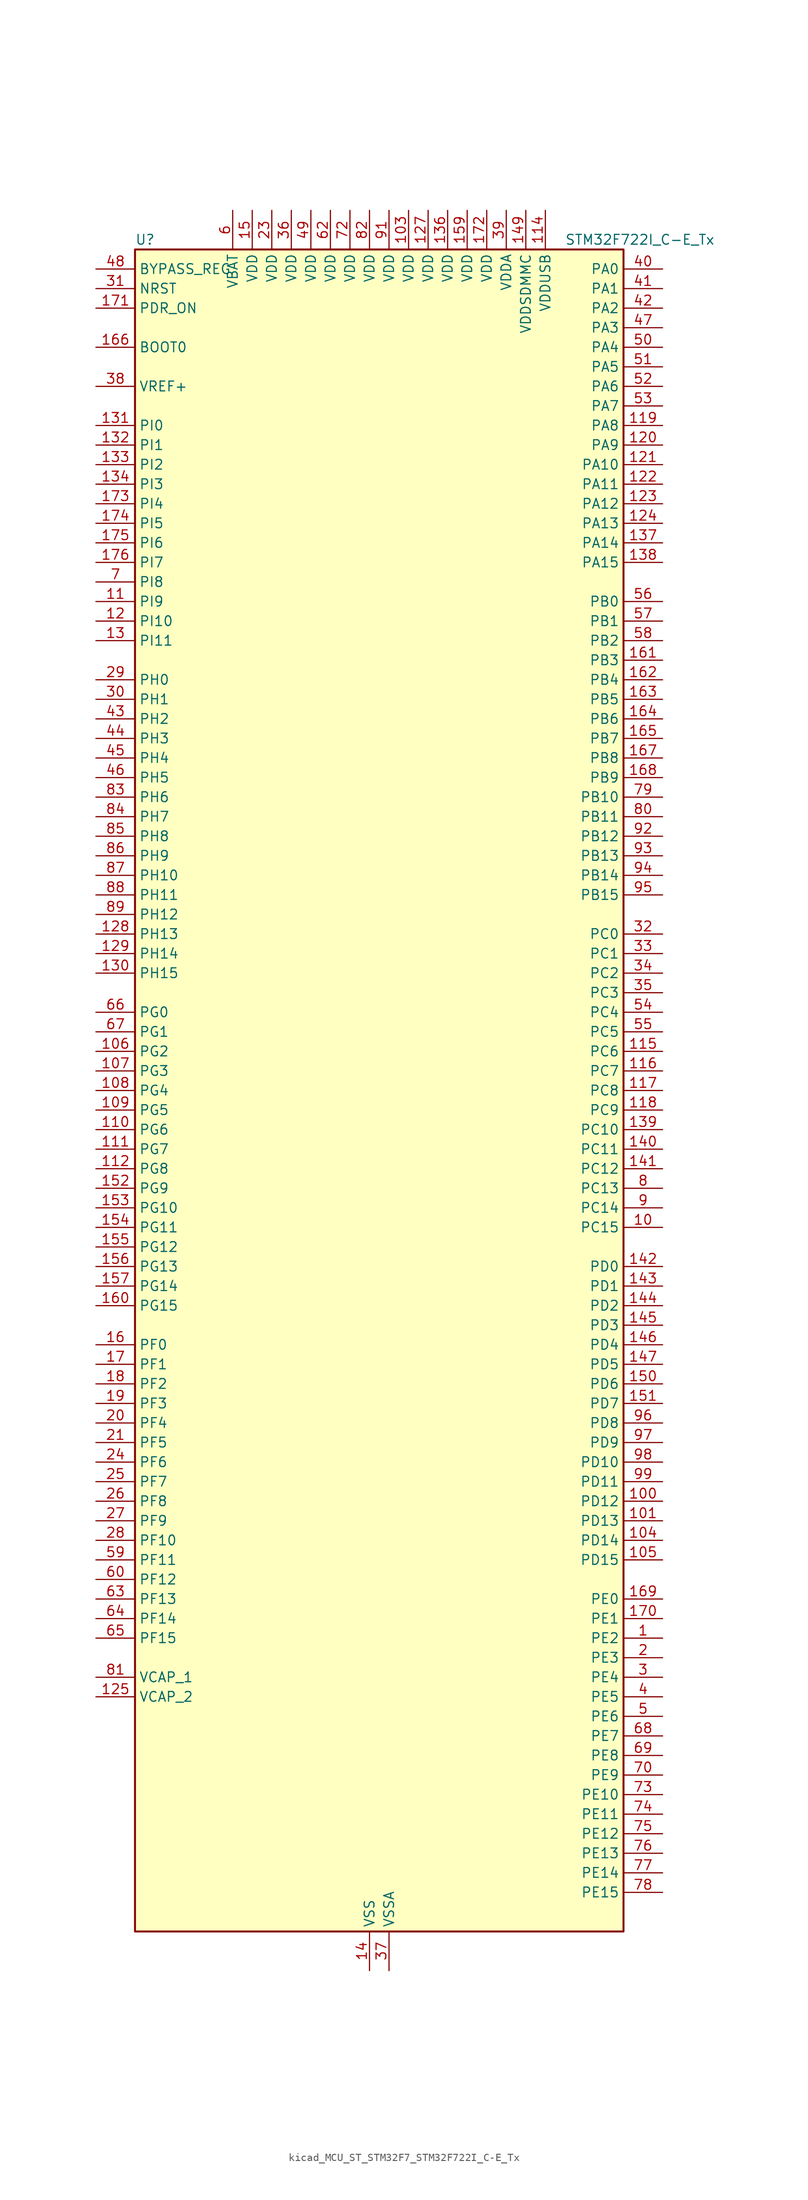
<source format=kicad_sym>
(kicad_symbol_lib
  (version 20220914)
  (generator kicad_symbol_editor)
  (symbol "kicad_MCU_ST_STM32F7_STM32F722I_C-E_Tx"
    (property "Reference" "U"
      (at -30.48 110.49 0)
      (effects (font (size 1.27 1.27)) (justify left)))
    (property "Value" "STM32F722I_C-E_Tx"
      (at 25.4 110.49 0)
      (effects (font (size 1.27 1.27)) (justify left)))
    (property "ki_locked" ""
      (at 0 0 0)
      (effects (font (size 1.27 1.27))))
    (symbol "kicad_MCU_ST_STM32F7_STM32F722I_C-E_Tx_0_1"
      (rectangle (start -30.48 -109.22) (end 33.02 109.22) (stroke (width 0.254) (type default)) (fill (type background))))
    (symbol "kicad_MCU_ST_STM32F7_STM32F722I_C-E_Tx_1_1"
      (pin bidirectional line (at 38.1 -71.12 180) (length 5.08) (name "PE2" (effects (font (size 1.27 1.27)))) (number "1" (effects (font (size 1.27 1.27)))) (alternate "FMC_A23" bidirectional line) (alternate "QUADSPI_BK1_IO2" bidirectional line) (alternate "SAI1_MCLK_A" bidirectional line) (alternate "SPI4_SCK" bidirectional line) (alternate "SYS_TRACECLK" bidirectional line))
      (pin bidirectional line (at 38.1 -17.78 180) (length 5.08) (name "PC15" (effects (font (size 1.27 1.27)))) (number "10" (effects (font (size 1.27 1.27)))) (alternate "RCC_OSC32_OUT" bidirectional line))
      (pin bidirectional line (at 38.1 -53.34 180) (length 5.08) (name "PD12" (effects (font (size 1.27 1.27)))) (number "100" (effects (font (size 1.27 1.27)))) (alternate "FMC_A17" bidirectional line) (alternate "FMC_ALE" bidirectional line) (alternate "LPTIM1_IN1" bidirectional line) (alternate "QUADSPI_BK1_IO1" bidirectional line) (alternate "SAI2_FS_A" bidirectional line) (alternate "TIM4_CH1" bidirectional line) (alternate "USART3_DE" bidirectional line) (alternate "USART3_RTS" bidirectional line))
      (pin bidirectional line (at 38.1 -55.88 180) (length 5.08) (name "PD13" (effects (font (size 1.27 1.27)))) (number "101" (effects (font (size 1.27 1.27)))) (alternate "FMC_A18" bidirectional line) (alternate "LPTIM1_OUT" bidirectional line) (alternate "QUADSPI_BK1_IO3" bidirectional line) (alternate "SAI2_SCK_A" bidirectional line) (alternate "TIM4_CH2" bidirectional line))
      (pin passive line (at 0 -114.3 90) (length 5.08) hide (name "VSS" (effects (font (size 1.27 1.27)))) (number "102" (effects (font (size 1.27 1.27)))))
      (pin power_in line (at 5.08 114.3 270) (length 5.08) (name "VDD" (effects (font (size 1.27 1.27)))) (number "103" (effects (font (size 1.27 1.27)))))
      (pin bidirectional line (at 38.1 -58.42 180) (length 5.08) (name "PD14" (effects (font (size 1.27 1.27)))) (number "104" (effects (font (size 1.27 1.27)))) (alternate "FMC_D0" bidirectional line) (alternate "FMC_DA0" bidirectional line) (alternate "TIM4_CH3" bidirectional line) (alternate "UART8_CTS" bidirectional line))
      (pin bidirectional line (at 38.1 -60.96 180) (length 5.08) (name "PD15" (effects (font (size 1.27 1.27)))) (number "105" (effects (font (size 1.27 1.27)))) (alternate "FMC_D1" bidirectional line) (alternate "FMC_DA1" bidirectional line) (alternate "TIM4_CH4" bidirectional line) (alternate "UART8_DE" bidirectional line) (alternate "UART8_RTS" bidirectional line))
      (pin bidirectional line (at -35.56 5.08 0) (length 5.08) (name "PG2" (effects (font (size 1.27 1.27)))) (number "106" (effects (font (size 1.27 1.27)))) (alternate "FMC_A12" bidirectional line))
      (pin bidirectional line (at -35.56 2.54 0) (length 5.08) (name "PG3" (effects (font (size 1.27 1.27)))) (number "107" (effects (font (size 1.27 1.27)))) (alternate "FMC_A13" bidirectional line))
      (pin bidirectional line (at -35.56 0 0) (length 5.08) (name "PG4" (effects (font (size 1.27 1.27)))) (number "108" (effects (font (size 1.27 1.27)))) (alternate "FMC_A14" bidirectional line) (alternate "FMC_BA0" bidirectional line))
      (pin bidirectional line (at -35.56 -2.54 0) (length 5.08) (name "PG5" (effects (font (size 1.27 1.27)))) (number "109" (effects (font (size 1.27 1.27)))) (alternate "FMC_A15" bidirectional line) (alternate "FMC_BA1" bidirectional line))
      (pin bidirectional line (at -35.56 63.5 0) (length 5.08) (name "PI9" (effects (font (size 1.27 1.27)))) (number "11" (effects (font (size 1.27 1.27)))) (alternate "CAN1_RX" bidirectional line) (alternate "DAC_EXTI9" bidirectional line) (alternate "FMC_D30" bidirectional line) (alternate "UART4_RX" bidirectional line))
      (pin bidirectional line (at -35.56 -5.08 0) (length 5.08) (name "PG6" (effects (font (size 1.27 1.27)))) (number "110" (effects (font (size 1.27 1.27)))))
      (pin bidirectional line (at -35.56 -7.62 0) (length 5.08) (name "PG7" (effects (font (size 1.27 1.27)))) (number "111" (effects (font (size 1.27 1.27)))) (alternate "FMC_INT" bidirectional line) (alternate "USART6_CK" bidirectional line))
      (pin bidirectional line (at -35.56 -10.16 0) (length 5.08) (name "PG8" (effects (font (size 1.27 1.27)))) (number "112" (effects (font (size 1.27 1.27)))) (alternate "FMC_SDCLK" bidirectional line) (alternate "USART6_DE" bidirectional line) (alternate "USART6_RTS" bidirectional line))
      (pin passive line (at 0 -114.3 90) (length 5.08) hide (name "VSS" (effects (font (size 1.27 1.27)))) (number "113" (effects (font (size 1.27 1.27)))))
      (pin power_in line (at 22.86 114.3 270) (length 5.08) (name "VDDUSB" (effects (font (size 1.27 1.27)))) (number "114" (effects (font (size 1.27 1.27)))))
      (pin bidirectional line (at 38.1 5.08 180) (length 5.08) (name "PC6" (effects (font (size 1.27 1.27)))) (number "115" (effects (font (size 1.27 1.27)))) (alternate "I2S2_MCK" bidirectional line) (alternate "SDMMC1_D6" bidirectional line) (alternate "SDMMC2_D6" bidirectional line) (alternate "TIM3_CH1" bidirectional line) (alternate "TIM8_CH1" bidirectional line) (alternate "USART6_TX" bidirectional line))
      (pin bidirectional line (at 38.1 2.54 180) (length 5.08) (name "PC7" (effects (font (size 1.27 1.27)))) (number "116" (effects (font (size 1.27 1.27)))) (alternate "I2S3_MCK" bidirectional line) (alternate "SDMMC1_D7" bidirectional line) (alternate "SDMMC2_D7" bidirectional line) (alternate "TIM3_CH2" bidirectional line) (alternate "TIM8_CH2" bidirectional line) (alternate "USART6_RX" bidirectional line))
      (pin bidirectional line (at 38.1 0 180) (length 5.08) (name "PC8" (effects (font (size 1.27 1.27)))) (number "117" (effects (font (size 1.27 1.27)))) (alternate "SDMMC1_D0" bidirectional line) (alternate "SYS_TRACED1" bidirectional line) (alternate "TIM3_CH3" bidirectional line) (alternate "TIM8_CH3" bidirectional line) (alternate "UART5_DE" bidirectional line) (alternate "UART5_RTS" bidirectional line) (alternate "USART6_CK" bidirectional line))
      (pin bidirectional line (at 38.1 -2.54 180) (length 5.08) (name "PC9" (effects (font (size 1.27 1.27)))) (number "118" (effects (font (size 1.27 1.27)))) (alternate "DAC_EXTI9" bidirectional line) (alternate "I2C3_SDA" bidirectional line) (alternate "I2S_CKIN" bidirectional line) (alternate "QUADSPI_BK1_IO0" bidirectional line) (alternate "RCC_MCO_2" bidirectional line) (alternate "SDMMC1_D1" bidirectional line) (alternate "TIM3_CH4" bidirectional line) (alternate "TIM8_CH4" bidirectional line) (alternate "UART5_CTS" bidirectional line))
      (pin bidirectional line (at 38.1 86.36 180) (length 5.08) (name "PA8" (effects (font (size 1.27 1.27)))) (number "119" (effects (font (size 1.27 1.27)))) (alternate "I2C3_SCL" bidirectional line) (alternate "RCC_MCO_1" bidirectional line) (alternate "TIM1_CH1" bidirectional line) (alternate "TIM8_BKIN2" bidirectional line) (alternate "USART1_CK" bidirectional line) (alternate "USB_OTG_FS_SOF" bidirectional line))
      (pin bidirectional line (at -35.56 60.96 0) (length 5.08) (name "PI10" (effects (font (size 1.27 1.27)))) (number "12" (effects (font (size 1.27 1.27)))) (alternate "FMC_D31" bidirectional line))
      (pin bidirectional line (at 38.1 83.82 180) (length 5.08) (name "PA9" (effects (font (size 1.27 1.27)))) (number "120" (effects (font (size 1.27 1.27)))) (alternate "DAC_EXTI9" bidirectional line) (alternate "I2C3_SMBA" bidirectional line) (alternate "I2S2_CK" bidirectional line) (alternate "SPI2_SCK" bidirectional line) (alternate "TIM1_CH2" bidirectional line) (alternate "USART1_TX" bidirectional line) (alternate "USB_OTG_FS_VBUS" bidirectional line))
      (pin bidirectional line (at 38.1 81.28 180) (length 5.08) (name "PA10" (effects (font (size 1.27 1.27)))) (number "121" (effects (font (size 1.27 1.27)))) (alternate "TIM1_CH3" bidirectional line) (alternate "USART1_RX" bidirectional line) (alternate "USB_OTG_FS_ID" bidirectional line))
      (pin bidirectional line (at 38.1 78.74 180) (length 5.08) (name "PA11" (effects (font (size 1.27 1.27)))) (number "122" (effects (font (size 1.27 1.27)))) (alternate "ADC1_EXTI11" bidirectional line) (alternate "ADC2_EXTI11" bidirectional line) (alternate "ADC3_EXTI11" bidirectional line) (alternate "CAN1_RX" bidirectional line) (alternate "TIM1_CH4" bidirectional line) (alternate "USART1_CTS" bidirectional line) (alternate "USB_OTG_FS_DM" bidirectional line))
      (pin bidirectional line (at 38.1 76.2 180) (length 5.08) (name "PA12" (effects (font (size 1.27 1.27)))) (number "123" (effects (font (size 1.27 1.27)))) (alternate "CAN1_TX" bidirectional line) (alternate "SAI2_FS_B" bidirectional line) (alternate "TIM1_ETR" bidirectional line) (alternate "USART1_DE" bidirectional line) (alternate "USART1_RTS" bidirectional line) (alternate "USB_OTG_FS_DP" bidirectional line))
      (pin bidirectional line (at 38.1 73.66 180) (length 5.08) (name "PA13" (effects (font (size 1.27 1.27)))) (number "124" (effects (font (size 1.27 1.27)))) (alternate "SYS_JTMS-SWDIO" bidirectional line))
      (pin power_out line (at -35.56 -78.74 0) (length 5.08) (name "VCAP_2" (effects (font (size 1.27 1.27)))) (number "125" (effects (font (size 1.27 1.27)))))
      (pin passive line (at 0 -114.3 90) (length 5.08) hide (name "VSS" (effects (font (size 1.27 1.27)))) (number "126" (effects (font (size 1.27 1.27)))))
      (pin power_in line (at 7.62 114.3 270) (length 5.08) (name "VDD" (effects (font (size 1.27 1.27)))) (number "127" (effects (font (size 1.27 1.27)))))
      (pin bidirectional line (at -35.56 20.32 0) (length 5.08) (name "PH13" (effects (font (size 1.27 1.27)))) (number "128" (effects (font (size 1.27 1.27)))) (alternate "CAN1_TX" bidirectional line) (alternate "FMC_D21" bidirectional line) (alternate "TIM8_CH1N" bidirectional line) (alternate "UART4_TX" bidirectional line))
      (pin bidirectional line (at -35.56 17.78 0) (length 5.08) (name "PH14" (effects (font (size 1.27 1.27)))) (number "129" (effects (font (size 1.27 1.27)))) (alternate "CAN1_RX" bidirectional line) (alternate "FMC_D22" bidirectional line) (alternate "TIM8_CH2N" bidirectional line) (alternate "UART4_RX" bidirectional line))
      (pin bidirectional line (at -35.56 58.42 0) (length 5.08) (name "PI11" (effects (font (size 1.27 1.27)))) (number "13" (effects (font (size 1.27 1.27)))) (alternate "ADC1_EXTI11" bidirectional line) (alternate "ADC2_EXTI11" bidirectional line) (alternate "ADC3_EXTI11" bidirectional line) (alternate "SYS_WKUP6" bidirectional line) (alternate "USB_OTG_HS_ULPI_DIR" bidirectional line))
      (pin bidirectional line (at -35.56 15.24 0) (length 5.08) (name "PH15" (effects (font (size 1.27 1.27)))) (number "130" (effects (font (size 1.27 1.27)))) (alternate "FMC_D23" bidirectional line) (alternate "TIM8_CH3N" bidirectional line))
      (pin bidirectional line (at -35.56 86.36 0) (length 5.08) (name "PI0" (effects (font (size 1.27 1.27)))) (number "131" (effects (font (size 1.27 1.27)))) (alternate "FMC_D24" bidirectional line) (alternate "I2S2_WS" bidirectional line) (alternate "SPI2_NSS" bidirectional line) (alternate "TIM5_CH4" bidirectional line))
      (pin bidirectional line (at -35.56 83.82 0) (length 5.08) (name "PI1" (effects (font (size 1.27 1.27)))) (number "132" (effects (font (size 1.27 1.27)))) (alternate "FMC_D25" bidirectional line) (alternate "I2S2_CK" bidirectional line) (alternate "SPI2_SCK" bidirectional line) (alternate "TIM8_BKIN2" bidirectional line))
      (pin bidirectional line (at -35.56 81.28 0) (length 5.08) (name "PI2" (effects (font (size 1.27 1.27)))) (number "133" (effects (font (size 1.27 1.27)))) (alternate "FMC_D26" bidirectional line) (alternate "SPI2_MISO" bidirectional line) (alternate "TIM8_CH4" bidirectional line))
      (pin bidirectional line (at -35.56 78.74 0) (length 5.08) (name "PI3" (effects (font (size 1.27 1.27)))) (number "134" (effects (font (size 1.27 1.27)))) (alternate "FMC_D27" bidirectional line) (alternate "I2S2_SD" bidirectional line) (alternate "SPI2_MOSI" bidirectional line) (alternate "TIM8_ETR" bidirectional line))
      (pin passive line (at 0 -114.3 90) (length 5.08) hide (name "VSS" (effects (font (size 1.27 1.27)))) (number "135" (effects (font (size 1.27 1.27)))))
      (pin power_in line (at 10.16 114.3 270) (length 5.08) (name "VDD" (effects (font (size 1.27 1.27)))) (number "136" (effects (font (size 1.27 1.27)))))
      (pin bidirectional line (at 38.1 71.12 180) (length 5.08) (name "PA14" (effects (font (size 1.27 1.27)))) (number "137" (effects (font (size 1.27 1.27)))) (alternate "SYS_JTCK-SWCLK" bidirectional line))
      (pin bidirectional line (at 38.1 68.58 180) (length 5.08) (name "PA15" (effects (font (size 1.27 1.27)))) (number "138" (effects (font (size 1.27 1.27)))) (alternate "I2S1_WS" bidirectional line) (alternate "I2S3_WS" bidirectional line) (alternate "SPI1_NSS" bidirectional line) (alternate "SPI3_NSS" bidirectional line) (alternate "SYS_JTDI" bidirectional line) (alternate "TIM2_CH1" bidirectional line) (alternate "TIM2_ETR" bidirectional line) (alternate "UART4_DE" bidirectional line) (alternate "UART4_RTS" bidirectional line))
      (pin bidirectional line (at 38.1 -5.08 180) (length 5.08) (name "PC10" (effects (font (size 1.27 1.27)))) (number "139" (effects (font (size 1.27 1.27)))) (alternate "I2S3_CK" bidirectional line) (alternate "QUADSPI_BK1_IO1" bidirectional line) (alternate "SDMMC1_D2" bidirectional line) (alternate "SPI3_SCK" bidirectional line) (alternate "UART4_TX" bidirectional line) (alternate "USART3_TX" bidirectional line))
      (pin power_in line (at 0 -114.3 90) (length 5.08) (name "VSS" (effects (font (size 1.27 1.27)))) (number "14" (effects (font (size 1.27 1.27)))))
      (pin bidirectional line (at 38.1 -7.62 180) (length 5.08) (name "PC11" (effects (font (size 1.27 1.27)))) (number "140" (effects (font (size 1.27 1.27)))) (alternate "ADC1_EXTI11" bidirectional line) (alternate "ADC2_EXTI11" bidirectional line) (alternate "ADC3_EXTI11" bidirectional line) (alternate "QUADSPI_BK2_NCS" bidirectional line) (alternate "SDMMC1_D3" bidirectional line) (alternate "SPI3_MISO" bidirectional line) (alternate "UART4_RX" bidirectional line) (alternate "USART3_RX" bidirectional line))
      (pin bidirectional line (at 38.1 -10.16 180) (length 5.08) (name "PC12" (effects (font (size 1.27 1.27)))) (number "141" (effects (font (size 1.27 1.27)))) (alternate "I2S3_SD" bidirectional line) (alternate "SDMMC1_CK" bidirectional line) (alternate "SPI3_MOSI" bidirectional line) (alternate "SYS_TRACED3" bidirectional line) (alternate "UART5_TX" bidirectional line) (alternate "USART3_CK" bidirectional line))
      (pin bidirectional line (at 38.1 -22.86 180) (length 5.08) (name "PD0" (effects (font (size 1.27 1.27)))) (number "142" (effects (font (size 1.27 1.27)))) (alternate "CAN1_RX" bidirectional line) (alternate "FMC_D2" bidirectional line) (alternate "FMC_DA2" bidirectional line))
      (pin bidirectional line (at 38.1 -25.4 180) (length 5.08) (name "PD1" (effects (font (size 1.27 1.27)))) (number "143" (effects (font (size 1.27 1.27)))) (alternate "CAN1_TX" bidirectional line) (alternate "FMC_D3" bidirectional line) (alternate "FMC_DA3" bidirectional line))
      (pin bidirectional line (at 38.1 -27.94 180) (length 5.08) (name "PD2" (effects (font (size 1.27 1.27)))) (number "144" (effects (font (size 1.27 1.27)))) (alternate "SDMMC1_CMD" bidirectional line) (alternate "SYS_TRACED2" bidirectional line) (alternate "TIM3_ETR" bidirectional line) (alternate "UART5_RX" bidirectional line))
      (pin bidirectional line (at 38.1 -30.48 180) (length 5.08) (name "PD3" (effects (font (size 1.27 1.27)))) (number "145" (effects (font (size 1.27 1.27)))) (alternate "FMC_CLK" bidirectional line) (alternate "I2S2_CK" bidirectional line) (alternate "SPI2_SCK" bidirectional line) (alternate "USART2_CTS" bidirectional line))
      (pin bidirectional line (at 38.1 -33.02 180) (length 5.08) (name "PD4" (effects (font (size 1.27 1.27)))) (number "146" (effects (font (size 1.27 1.27)))) (alternate "FMC_NOE" bidirectional line) (alternate "USART2_DE" bidirectional line) (alternate "USART2_RTS" bidirectional line))
      (pin bidirectional line (at 38.1 -35.56 180) (length 5.08) (name "PD5" (effects (font (size 1.27 1.27)))) (number "147" (effects (font (size 1.27 1.27)))) (alternate "FMC_NWE" bidirectional line) (alternate "USART2_TX" bidirectional line))
      (pin passive line (at 0 -114.3 90) (length 5.08) hide (name "VSS" (effects (font (size 1.27 1.27)))) (number "148" (effects (font (size 1.27 1.27)))))
      (pin power_in line (at 20.32 114.3 270) (length 5.08) (name "VDDSDMMC" (effects (font (size 1.27 1.27)))) (number "149" (effects (font (size 1.27 1.27)))))
      (pin power_in line (at -15.24 114.3 270) (length 5.08) (name "VDD" (effects (font (size 1.27 1.27)))) (number "15" (effects (font (size 1.27 1.27)))))
      (pin bidirectional line (at 38.1 -38.1 180) (length 5.08) (name "PD6" (effects (font (size 1.27 1.27)))) (number "150" (effects (font (size 1.27 1.27)))) (alternate "FMC_NWAIT" bidirectional line) (alternate "I2S3_SD" bidirectional line) (alternate "SAI1_SD_A" bidirectional line) (alternate "SDMMC2_CK" bidirectional line) (alternate "SPI3_MOSI" bidirectional line) (alternate "USART2_RX" bidirectional line))
      (pin bidirectional line (at 38.1 -40.64 180) (length 5.08) (name "PD7" (effects (font (size 1.27 1.27)))) (number "151" (effects (font (size 1.27 1.27)))) (alternate "FMC_NE1" bidirectional line) (alternate "SDMMC2_CMD" bidirectional line) (alternate "USART2_CK" bidirectional line))
      (pin bidirectional line (at -35.56 -12.7 0) (length 5.08) (name "PG9" (effects (font (size 1.27 1.27)))) (number "152" (effects (font (size 1.27 1.27)))) (alternate "DAC_EXTI9" bidirectional line) (alternate "FMC_NCE" bidirectional line) (alternate "FMC_NE2" bidirectional line) (alternate "QUADSPI_BK2_IO2" bidirectional line) (alternate "SAI2_FS_B" bidirectional line) (alternate "SDMMC2_D0" bidirectional line) (alternate "USART6_RX" bidirectional line))
      (pin bidirectional line (at -35.56 -15.24 0) (length 5.08) (name "PG10" (effects (font (size 1.27 1.27)))) (number "153" (effects (font (size 1.27 1.27)))) (alternate "FMC_NE3" bidirectional line) (alternate "SAI2_SD_B" bidirectional line) (alternate "SDMMC2_D1" bidirectional line))
      (pin bidirectional line (at -35.56 -17.78 0) (length 5.08) (name "PG11" (effects (font (size 1.27 1.27)))) (number "154" (effects (font (size 1.27 1.27)))) (alternate "ADC1_EXTI11" bidirectional line) (alternate "ADC2_EXTI11" bidirectional line) (alternate "ADC3_EXTI11" bidirectional line) (alternate "FMC_INT" bidirectional line) (alternate "SDMMC2_D2" bidirectional line))
      (pin bidirectional line (at -35.56 -20.32 0) (length 5.08) (name "PG12" (effects (font (size 1.27 1.27)))) (number "155" (effects (font (size 1.27 1.27)))) (alternate "FMC_NE4" bidirectional line) (alternate "LPTIM1_IN1" bidirectional line) (alternate "SDMMC2_D3" bidirectional line) (alternate "USART6_DE" bidirectional line) (alternate "USART6_RTS" bidirectional line))
      (pin bidirectional line (at -35.56 -22.86 0) (length 5.08) (name "PG13" (effects (font (size 1.27 1.27)))) (number "156" (effects (font (size 1.27 1.27)))) (alternate "FMC_A24" bidirectional line) (alternate "LPTIM1_OUT" bidirectional line) (alternate "SYS_TRACED0" bidirectional line) (alternate "USART6_CTS" bidirectional line))
      (pin bidirectional line (at -35.56 -25.4 0) (length 5.08) (name "PG14" (effects (font (size 1.27 1.27)))) (number "157" (effects (font (size 1.27 1.27)))) (alternate "FMC_A25" bidirectional line) (alternate "LPTIM1_ETR" bidirectional line) (alternate "QUADSPI_BK2_IO3" bidirectional line) (alternate "SYS_TRACED1" bidirectional line) (alternate "USART6_TX" bidirectional line))
      (pin passive line (at 0 -114.3 90) (length 5.08) hide (name "VSS" (effects (font (size 1.27 1.27)))) (number "158" (effects (font (size 1.27 1.27)))))
      (pin power_in line (at 12.7 114.3 270) (length 5.08) (name "VDD" (effects (font (size 1.27 1.27)))) (number "159" (effects (font (size 1.27 1.27)))))
      (pin bidirectional line (at -35.56 -33.02 0) (length 5.08) (name "PF0" (effects (font (size 1.27 1.27)))) (number "16" (effects (font (size 1.27 1.27)))) (alternate "FMC_A0" bidirectional line) (alternate "I2C2_SDA" bidirectional line))
      (pin bidirectional line (at -35.56 -27.94 0) (length 5.08) (name "PG15" (effects (font (size 1.27 1.27)))) (number "160" (effects (font (size 1.27 1.27)))) (alternate "FMC_SDNCAS" bidirectional line) (alternate "USART6_CTS" bidirectional line))
      (pin bidirectional line (at 38.1 55.88 180) (length 5.08) (name "PB3" (effects (font (size 1.27 1.27)))) (number "161" (effects (font (size 1.27 1.27)))) (alternate "I2S1_CK" bidirectional line) (alternate "I2S3_CK" bidirectional line) (alternate "SDMMC2_D2" bidirectional line) (alternate "SPI1_SCK" bidirectional line) (alternate "SPI3_SCK" bidirectional line) (alternate "SYS_JTDO-SWO" bidirectional line) (alternate "TIM2_CH2" bidirectional line))
      (pin bidirectional line (at 38.1 53.34 180) (length 5.08) (name "PB4" (effects (font (size 1.27 1.27)))) (number "162" (effects (font (size 1.27 1.27)))) (alternate "I2S2_WS" bidirectional line) (alternate "SDMMC2_D3" bidirectional line) (alternate "SPI1_MISO" bidirectional line) (alternate "SPI2_NSS" bidirectional line) (alternate "SPI3_MISO" bidirectional line) (alternate "SYS_JTRST" bidirectional line) (alternate "TIM3_CH1" bidirectional line))
      (pin bidirectional line (at 38.1 50.8 180) (length 5.08) (name "PB5" (effects (font (size 1.27 1.27)))) (number "163" (effects (font (size 1.27 1.27)))) (alternate "FMC_SDCKE1" bidirectional line) (alternate "I2C1_SMBA" bidirectional line) (alternate "I2S1_SD" bidirectional line) (alternate "I2S3_SD" bidirectional line) (alternate "SPI1_MOSI" bidirectional line) (alternate "SPI3_MOSI" bidirectional line) (alternate "TIM3_CH2" bidirectional line) (alternate "USB_OTG_HS_ULPI_D7" bidirectional line))
      (pin bidirectional line (at 38.1 48.26 180) (length 5.08) (name "PB6" (effects (font (size 1.27 1.27)))) (number "164" (effects (font (size 1.27 1.27)))) (alternate "FMC_SDNE1" bidirectional line) (alternate "I2C1_SCL" bidirectional line) (alternate "QUADSPI_BK1_NCS" bidirectional line) (alternate "TIM4_CH1" bidirectional line) (alternate "USART1_TX" bidirectional line))
      (pin bidirectional line (at 38.1 45.72 180) (length 5.08) (name "PB7" (effects (font (size 1.27 1.27)))) (number "165" (effects (font (size 1.27 1.27)))) (alternate "FMC_NL" bidirectional line) (alternate "I2C1_SDA" bidirectional line) (alternate "TIM4_CH2" bidirectional line) (alternate "USART1_RX" bidirectional line))
      (pin input line (at -35.56 96.52 0) (length 5.08) (name "BOOT0" (effects (font (size 1.27 1.27)))) (number "166" (effects (font (size 1.27 1.27)))))
      (pin bidirectional line (at 38.1 43.18 180) (length 5.08) (name "PB8" (effects (font (size 1.27 1.27)))) (number "167" (effects (font (size 1.27 1.27)))) (alternate "CAN1_RX" bidirectional line) (alternate "I2C1_SCL" bidirectional line) (alternate "SDMMC1_D4" bidirectional line) (alternate "SDMMC2_D4" bidirectional line) (alternate "TIM10_CH1" bidirectional line) (alternate "TIM4_CH3" bidirectional line))
      (pin bidirectional line (at 38.1 40.64 180) (length 5.08) (name "PB9" (effects (font (size 1.27 1.27)))) (number "168" (effects (font (size 1.27 1.27)))) (alternate "CAN1_TX" bidirectional line) (alternate "DAC_EXTI9" bidirectional line) (alternate "I2C1_SDA" bidirectional line) (alternate "I2S2_WS" bidirectional line) (alternate "SDMMC1_D5" bidirectional line) (alternate "SDMMC2_D5" bidirectional line) (alternate "SPI2_NSS" bidirectional line) (alternate "TIM11_CH1" bidirectional line) (alternate "TIM4_CH4" bidirectional line))
      (pin bidirectional line (at 38.1 -66.04 180) (length 5.08) (name "PE0" (effects (font (size 1.27 1.27)))) (number "169" (effects (font (size 1.27 1.27)))) (alternate "FMC_NBL0" bidirectional line) (alternate "LPTIM1_ETR" bidirectional line) (alternate "SAI2_MCLK_A" bidirectional line) (alternate "TIM4_ETR" bidirectional line) (alternate "UART8_RX" bidirectional line))
      (pin bidirectional line (at -35.56 -35.56 0) (length 5.08) (name "PF1" (effects (font (size 1.27 1.27)))) (number "17" (effects (font (size 1.27 1.27)))) (alternate "FMC_A1" bidirectional line) (alternate "I2C2_SCL" bidirectional line))
      (pin bidirectional line (at 38.1 -68.58 180) (length 5.08) (name "PE1" (effects (font (size 1.27 1.27)))) (number "170" (effects (font (size 1.27 1.27)))) (alternate "FMC_NBL1" bidirectional line) (alternate "LPTIM1_IN2" bidirectional line) (alternate "UART8_TX" bidirectional line))
      (pin input line (at -35.56 101.6 0) (length 5.08) (name "PDR_ON" (effects (font (size 1.27 1.27)))) (number "171" (effects (font (size 1.27 1.27)))))
      (pin power_in line (at 15.24 114.3 270) (length 5.08) (name "VDD" (effects (font (size 1.27 1.27)))) (number "172" (effects (font (size 1.27 1.27)))))
      (pin bidirectional line (at -35.56 76.2 0) (length 5.08) (name "PI4" (effects (font (size 1.27 1.27)))) (number "173" (effects (font (size 1.27 1.27)))) (alternate "FMC_NBL2" bidirectional line) (alternate "SAI2_MCLK_A" bidirectional line) (alternate "TIM8_BKIN" bidirectional line))
      (pin bidirectional line (at -35.56 73.66 0) (length 5.08) (name "PI5" (effects (font (size 1.27 1.27)))) (number "174" (effects (font (size 1.27 1.27)))) (alternate "FMC_NBL3" bidirectional line) (alternate "SAI2_SCK_A" bidirectional line) (alternate "TIM8_CH1" bidirectional line))
      (pin bidirectional line (at -35.56 71.12 0) (length 5.08) (name "PI6" (effects (font (size 1.27 1.27)))) (number "175" (effects (font (size 1.27 1.27)))) (alternate "FMC_D28" bidirectional line) (alternate "SAI2_SD_A" bidirectional line) (alternate "TIM8_CH2" bidirectional line))
      (pin bidirectional line (at -35.56 68.58 0) (length 5.08) (name "PI7" (effects (font (size 1.27 1.27)))) (number "176" (effects (font (size 1.27 1.27)))) (alternate "FMC_D29" bidirectional line) (alternate "SAI2_FS_A" bidirectional line) (alternate "TIM8_CH3" bidirectional line))
      (pin bidirectional line (at -35.56 -38.1 0) (length 5.08) (name "PF2" (effects (font (size 1.27 1.27)))) (number "18" (effects (font (size 1.27 1.27)))) (alternate "FMC_A2" bidirectional line) (alternate "I2C2_SMBA" bidirectional line))
      (pin bidirectional line (at -35.56 -40.64 0) (length 5.08) (name "PF3" (effects (font (size 1.27 1.27)))) (number "19" (effects (font (size 1.27 1.27)))) (alternate "ADC3_IN9" bidirectional line) (alternate "FMC_A3" bidirectional line))
      (pin bidirectional line (at 38.1 -73.66 180) (length 5.08) (name "PE3" (effects (font (size 1.27 1.27)))) (number "2" (effects (font (size 1.27 1.27)))) (alternate "FMC_A19" bidirectional line) (alternate "SAI1_SD_B" bidirectional line) (alternate "SYS_TRACED0" bidirectional line))
      (pin bidirectional line (at -35.56 -43.18 0) (length 5.08) (name "PF4" (effects (font (size 1.27 1.27)))) (number "20" (effects (font (size 1.27 1.27)))) (alternate "ADC3_IN14" bidirectional line) (alternate "FMC_A4" bidirectional line))
      (pin bidirectional line (at -35.56 -45.72 0) (length 5.08) (name "PF5" (effects (font (size 1.27 1.27)))) (number "21" (effects (font (size 1.27 1.27)))) (alternate "ADC3_IN15" bidirectional line) (alternate "FMC_A5" bidirectional line))
      (pin passive line (at 0 -114.3 90) (length 5.08) hide (name "VSS" (effects (font (size 1.27 1.27)))) (number "22" (effects (font (size 1.27 1.27)))))
      (pin power_in line (at -12.7 114.3 270) (length 5.08) (name "VDD" (effects (font (size 1.27 1.27)))) (number "23" (effects (font (size 1.27 1.27)))))
      (pin bidirectional line (at -35.56 -48.26 0) (length 5.08) (name "PF6" (effects (font (size 1.27 1.27)))) (number "24" (effects (font (size 1.27 1.27)))) (alternate "ADC3_IN4" bidirectional line) (alternate "QUADSPI_BK1_IO3" bidirectional line) (alternate "SAI1_SD_B" bidirectional line) (alternate "SPI5_NSS" bidirectional line) (alternate "TIM10_CH1" bidirectional line) (alternate "UART7_RX" bidirectional line))
      (pin bidirectional line (at -35.56 -50.8 0) (length 5.08) (name "PF7" (effects (font (size 1.27 1.27)))) (number "25" (effects (font (size 1.27 1.27)))) (alternate "ADC3_IN5" bidirectional line) (alternate "QUADSPI_BK1_IO2" bidirectional line) (alternate "SAI1_MCLK_B" bidirectional line) (alternate "SPI5_SCK" bidirectional line) (alternate "TIM11_CH1" bidirectional line) (alternate "UART7_TX" bidirectional line))
      (pin bidirectional line (at -35.56 -53.34 0) (length 5.08) (name "PF8" (effects (font (size 1.27 1.27)))) (number "26" (effects (font (size 1.27 1.27)))) (alternate "ADC3_IN6" bidirectional line) (alternate "QUADSPI_BK1_IO0" bidirectional line) (alternate "SAI1_SCK_B" bidirectional line) (alternate "SPI5_MISO" bidirectional line) (alternate "TIM13_CH1" bidirectional line) (alternate "UART7_DE" bidirectional line) (alternate "UART7_RTS" bidirectional line))
      (pin bidirectional line (at -35.56 -55.88 0) (length 5.08) (name "PF9" (effects (font (size 1.27 1.27)))) (number "27" (effects (font (size 1.27 1.27)))) (alternate "ADC3_IN7" bidirectional line) (alternate "DAC_EXTI9" bidirectional line) (alternate "QUADSPI_BK1_IO1" bidirectional line) (alternate "SAI1_FS_B" bidirectional line) (alternate "SPI5_MOSI" bidirectional line) (alternate "TIM14_CH1" bidirectional line) (alternate "UART7_CTS" bidirectional line))
      (pin bidirectional line (at -35.56 -58.42 0) (length 5.08) (name "PF10" (effects (font (size 1.27 1.27)))) (number "28" (effects (font (size 1.27 1.27)))) (alternate "ADC3_IN8" bidirectional line))
      (pin bidirectional line (at -35.56 53.34 0) (length 5.08) (name "PH0" (effects (font (size 1.27 1.27)))) (number "29" (effects (font (size 1.27 1.27)))) (alternate "RCC_OSC_IN" bidirectional line))
      (pin bidirectional line (at 38.1 -76.2 180) (length 5.08) (name "PE4" (effects (font (size 1.27 1.27)))) (number "3" (effects (font (size 1.27 1.27)))) (alternate "FMC_A20" bidirectional line) (alternate "SAI1_FS_A" bidirectional line) (alternate "SPI4_NSS" bidirectional line) (alternate "SYS_TRACED1" bidirectional line))
      (pin bidirectional line (at -35.56 50.8 0) (length 5.08) (name "PH1" (effects (font (size 1.27 1.27)))) (number "30" (effects (font (size 1.27 1.27)))) (alternate "RCC_OSC_OUT" bidirectional line))
      (pin input line (at -35.56 104.14 0) (length 5.08) (name "NRST" (effects (font (size 1.27 1.27)))) (number "31" (effects (font (size 1.27 1.27)))))
      (pin bidirectional line (at 38.1 20.32 180) (length 5.08) (name "PC0" (effects (font (size 1.27 1.27)))) (number "32" (effects (font (size 1.27 1.27)))) (alternate "ADC1_IN10" bidirectional line) (alternate "ADC2_IN10" bidirectional line) (alternate "ADC3_IN10" bidirectional line) (alternate "FMC_SDNWE" bidirectional line) (alternate "SAI2_FS_B" bidirectional line) (alternate "USB_OTG_HS_ULPI_STP" bidirectional line))
      (pin bidirectional line (at 38.1 17.78 180) (length 5.08) (name "PC1" (effects (font (size 1.27 1.27)))) (number "33" (effects (font (size 1.27 1.27)))) (alternate "ADC1_IN11" bidirectional line) (alternate "ADC2_IN11" bidirectional line) (alternate "ADC3_IN11" bidirectional line) (alternate "I2S2_SD" bidirectional line) (alternate "RTC_TAMP3" bidirectional line) (alternate "RTC_TS" bidirectional line) (alternate "SAI1_SD_A" bidirectional line) (alternate "SPI2_MOSI" bidirectional line) (alternate "SYS_TRACED0" bidirectional line) (alternate "SYS_WKUP3" bidirectional line))
      (pin bidirectional line (at 38.1 15.24 180) (length 5.08) (name "PC2" (effects (font (size 1.27 1.27)))) (number "34" (effects (font (size 1.27 1.27)))) (alternate "ADC1_IN12" bidirectional line) (alternate "ADC2_IN12" bidirectional line) (alternate "ADC3_IN12" bidirectional line) (alternate "FMC_SDNE0" bidirectional line) (alternate "SPI2_MISO" bidirectional line) (alternate "USB_OTG_HS_ULPI_DIR" bidirectional line))
      (pin bidirectional line (at 38.1 12.7 180) (length 5.08) (name "PC3" (effects (font (size 1.27 1.27)))) (number "35" (effects (font (size 1.27 1.27)))) (alternate "ADC1_IN13" bidirectional line) (alternate "ADC2_IN13" bidirectional line) (alternate "ADC3_IN13" bidirectional line) (alternate "FMC_SDCKE0" bidirectional line) (alternate "I2S2_SD" bidirectional line) (alternate "SPI2_MOSI" bidirectional line) (alternate "USB_OTG_HS_ULPI_NXT" bidirectional line))
      (pin power_in line (at -10.16 114.3 270) (length 5.08) (name "VDD" (effects (font (size 1.27 1.27)))) (number "36" (effects (font (size 1.27 1.27)))))
      (pin power_in line (at 2.54 -114.3 90) (length 5.08) (name "VSSA" (effects (font (size 1.27 1.27)))) (number "37" (effects (font (size 1.27 1.27)))))
      (pin input line (at -35.56 91.44 0) (length 5.08) (name "VREF+" (effects (font (size 1.27 1.27)))) (number "38" (effects (font (size 1.27 1.27)))))
      (pin power_in line (at 17.78 114.3 270) (length 5.08) (name "VDDA" (effects (font (size 1.27 1.27)))) (number "39" (effects (font (size 1.27 1.27)))))
      (pin bidirectional line (at 38.1 -78.74 180) (length 5.08) (name "PE5" (effects (font (size 1.27 1.27)))) (number "4" (effects (font (size 1.27 1.27)))) (alternate "FMC_A21" bidirectional line) (alternate "SAI1_SCK_A" bidirectional line) (alternate "SPI4_MISO" bidirectional line) (alternate "SYS_TRACED2" bidirectional line) (alternate "TIM9_CH1" bidirectional line))
      (pin bidirectional line (at 38.1 106.68 180) (length 5.08) (name "PA0" (effects (font (size 1.27 1.27)))) (number "40" (effects (font (size 1.27 1.27)))) (alternate "ADC1_IN0" bidirectional line) (alternate "ADC2_IN0" bidirectional line) (alternate "ADC3_IN0" bidirectional line) (alternate "SAI2_SD_B" bidirectional line) (alternate "SYS_WKUP1" bidirectional line) (alternate "TIM2_CH1" bidirectional line) (alternate "TIM2_ETR" bidirectional line) (alternate "TIM5_CH1" bidirectional line) (alternate "TIM8_ETR" bidirectional line) (alternate "UART4_TX" bidirectional line) (alternate "USART2_CTS" bidirectional line))
      (pin bidirectional line (at 38.1 104.14 180) (length 5.08) (name "PA1" (effects (font (size 1.27 1.27)))) (number "41" (effects (font (size 1.27 1.27)))) (alternate "ADC1_IN1" bidirectional line) (alternate "ADC2_IN1" bidirectional line) (alternate "ADC3_IN1" bidirectional line) (alternate "QUADSPI_BK1_IO3" bidirectional line) (alternate "SAI2_MCLK_B" bidirectional line) (alternate "TIM2_CH2" bidirectional line) (alternate "TIM5_CH2" bidirectional line) (alternate "UART4_RX" bidirectional line) (alternate "USART2_DE" bidirectional line) (alternate "USART2_RTS" bidirectional line))
      (pin bidirectional line (at 38.1 101.6 180) (length 5.08) (name "PA2" (effects (font (size 1.27 1.27)))) (number "42" (effects (font (size 1.27 1.27)))) (alternate "ADC1_IN2" bidirectional line) (alternate "ADC2_IN2" bidirectional line) (alternate "ADC3_IN2" bidirectional line) (alternate "SAI2_SCK_B" bidirectional line) (alternate "SYS_WKUP2" bidirectional line) (alternate "TIM2_CH3" bidirectional line) (alternate "TIM5_CH3" bidirectional line) (alternate "TIM9_CH1" bidirectional line) (alternate "USART2_TX" bidirectional line))
      (pin bidirectional line (at -35.56 48.26 0) (length 5.08) (name "PH2" (effects (font (size 1.27 1.27)))) (number "43" (effects (font (size 1.27 1.27)))) (alternate "FMC_SDCKE0" bidirectional line) (alternate "LPTIM1_IN2" bidirectional line) (alternate "QUADSPI_BK2_IO0" bidirectional line) (alternate "SAI2_SCK_B" bidirectional line))
      (pin bidirectional line (at -35.56 45.72 0) (length 5.08) (name "PH3" (effects (font (size 1.27 1.27)))) (number "44" (effects (font (size 1.27 1.27)))) (alternate "FMC_SDNE0" bidirectional line) (alternate "QUADSPI_BK2_IO1" bidirectional line) (alternate "SAI2_MCLK_B" bidirectional line))
      (pin bidirectional line (at -35.56 43.18 0) (length 5.08) (name "PH4" (effects (font (size 1.27 1.27)))) (number "45" (effects (font (size 1.27 1.27)))) (alternate "I2C2_SCL" bidirectional line) (alternate "USB_OTG_HS_ULPI_NXT" bidirectional line))
      (pin bidirectional line (at -35.56 40.64 0) (length 5.08) (name "PH5" (effects (font (size 1.27 1.27)))) (number "46" (effects (font (size 1.27 1.27)))) (alternate "FMC_SDNWE" bidirectional line) (alternate "I2C2_SDA" bidirectional line) (alternate "SPI5_NSS" bidirectional line))
      (pin bidirectional line (at 38.1 99.06 180) (length 5.08) (name "PA3" (effects (font (size 1.27 1.27)))) (number "47" (effects (font (size 1.27 1.27)))) (alternate "ADC1_IN3" bidirectional line) (alternate "ADC2_IN3" bidirectional line) (alternate "ADC3_IN3" bidirectional line) (alternate "TIM2_CH4" bidirectional line) (alternate "TIM5_CH4" bidirectional line) (alternate "TIM9_CH2" bidirectional line) (alternate "USART2_RX" bidirectional line) (alternate "USB_OTG_HS_ULPI_D0" bidirectional line))
      (pin input line (at -35.56 106.68 0) (length 5.08) (name "BYPASS_REG" (effects (font (size 1.27 1.27)))) (number "48" (effects (font (size 1.27 1.27)))))
      (pin power_in line (at -7.62 114.3 270) (length 5.08) (name "VDD" (effects (font (size 1.27 1.27)))) (number "49" (effects (font (size 1.27 1.27)))))
      (pin bidirectional line (at 38.1 -81.28 180) (length 5.08) (name "PE6" (effects (font (size 1.27 1.27)))) (number "5" (effects (font (size 1.27 1.27)))) (alternate "FMC_A22" bidirectional line) (alternate "SAI1_SD_A" bidirectional line) (alternate "SAI2_MCLK_B" bidirectional line) (alternate "SPI4_MOSI" bidirectional line) (alternate "SYS_TRACED3" bidirectional line) (alternate "TIM1_BKIN2" bidirectional line) (alternate "TIM9_CH2" bidirectional line))
      (pin bidirectional line (at 38.1 96.52 180) (length 5.08) (name "PA4" (effects (font (size 1.27 1.27)))) (number "50" (effects (font (size 1.27 1.27)))) (alternate "ADC1_IN4" bidirectional line) (alternate "ADC2_IN4" bidirectional line) (alternate "DAC_OUT1" bidirectional line) (alternate "I2S1_WS" bidirectional line) (alternate "I2S3_WS" bidirectional line) (alternate "SPI1_NSS" bidirectional line) (alternate "SPI3_NSS" bidirectional line) (alternate "USART2_CK" bidirectional line) (alternate "USB_OTG_HS_SOF" bidirectional line))
      (pin bidirectional line (at 38.1 93.98 180) (length 5.08) (name "PA5" (effects (font (size 1.27 1.27)))) (number "51" (effects (font (size 1.27 1.27)))) (alternate "ADC1_IN5" bidirectional line) (alternate "ADC2_IN5" bidirectional line) (alternate "DAC_OUT2" bidirectional line) (alternate "I2S1_CK" bidirectional line) (alternate "SPI1_SCK" bidirectional line) (alternate "TIM2_CH1" bidirectional line) (alternate "TIM2_ETR" bidirectional line) (alternate "TIM8_CH1N" bidirectional line) (alternate "USB_OTG_HS_ULPI_CK" bidirectional line))
      (pin bidirectional line (at 38.1 91.44 180) (length 5.08) (name "PA6" (effects (font (size 1.27 1.27)))) (number "52" (effects (font (size 1.27 1.27)))) (alternate "ADC1_IN6" bidirectional line) (alternate "ADC2_IN6" bidirectional line) (alternate "SPI1_MISO" bidirectional line) (alternate "TIM13_CH1" bidirectional line) (alternate "TIM1_BKIN" bidirectional line) (alternate "TIM3_CH1" bidirectional line) (alternate "TIM8_BKIN" bidirectional line))
      (pin bidirectional line (at 38.1 88.9 180) (length 5.08) (name "PA7" (effects (font (size 1.27 1.27)))) (number "53" (effects (font (size 1.27 1.27)))) (alternate "ADC1_IN7" bidirectional line) (alternate "ADC2_IN7" bidirectional line) (alternate "FMC_SDNWE" bidirectional line) (alternate "I2S1_SD" bidirectional line) (alternate "SPI1_MOSI" bidirectional line) (alternate "TIM14_CH1" bidirectional line) (alternate "TIM1_CH1N" bidirectional line) (alternate "TIM3_CH2" bidirectional line) (alternate "TIM8_CH1N" bidirectional line))
      (pin bidirectional line (at 38.1 10.16 180) (length 5.08) (name "PC4" (effects (font (size 1.27 1.27)))) (number "54" (effects (font (size 1.27 1.27)))) (alternate "ADC1_IN14" bidirectional line) (alternate "ADC2_IN14" bidirectional line) (alternate "FMC_SDNE0" bidirectional line) (alternate "I2S1_MCK" bidirectional line))
      (pin bidirectional line (at 38.1 7.62 180) (length 5.08) (name "PC5" (effects (font (size 1.27 1.27)))) (number "55" (effects (font (size 1.27 1.27)))) (alternate "ADC1_IN15" bidirectional line) (alternate "ADC2_IN15" bidirectional line) (alternate "FMC_SDCKE0" bidirectional line))
      (pin bidirectional line (at 38.1 63.5 180) (length 5.08) (name "PB0" (effects (font (size 1.27 1.27)))) (number "56" (effects (font (size 1.27 1.27)))) (alternate "ADC1_IN8" bidirectional line) (alternate "ADC2_IN8" bidirectional line) (alternate "TIM1_CH2N" bidirectional line) (alternate "TIM3_CH3" bidirectional line) (alternate "TIM8_CH2N" bidirectional line) (alternate "UART4_CTS" bidirectional line) (alternate "USB_OTG_HS_ULPI_D1" bidirectional line))
      (pin bidirectional line (at 38.1 60.96 180) (length 5.08) (name "PB1" (effects (font (size 1.27 1.27)))) (number "57" (effects (font (size 1.27 1.27)))) (alternate "ADC1_IN9" bidirectional line) (alternate "ADC2_IN9" bidirectional line) (alternate "TIM1_CH3N" bidirectional line) (alternate "TIM3_CH4" bidirectional line) (alternate "TIM8_CH3N" bidirectional line) (alternate "USB_OTG_HS_ULPI_D2" bidirectional line))
      (pin bidirectional line (at 38.1 58.42 180) (length 5.08) (name "PB2" (effects (font (size 1.27 1.27)))) (number "58" (effects (font (size 1.27 1.27)))) (alternate "I2S3_SD" bidirectional line) (alternate "QUADSPI_CLK" bidirectional line) (alternate "SAI1_SD_A" bidirectional line) (alternate "SPI3_MOSI" bidirectional line))
      (pin bidirectional line (at -35.56 -60.96 0) (length 5.08) (name "PF11" (effects (font (size 1.27 1.27)))) (number "59" (effects (font (size 1.27 1.27)))) (alternate "ADC1_EXTI11" bidirectional line) (alternate "ADC2_EXTI11" bidirectional line) (alternate "ADC3_EXTI11" bidirectional line) (alternate "FMC_SDNRAS" bidirectional line) (alternate "SAI2_SD_B" bidirectional line) (alternate "SPI5_MOSI" bidirectional line))
      (pin power_in line (at -17.78 114.3 270) (length 5.08) (name "VBAT" (effects (font (size 1.27 1.27)))) (number "6" (effects (font (size 1.27 1.27)))))
      (pin bidirectional line (at -35.56 -63.5 0) (length 5.08) (name "PF12" (effects (font (size 1.27 1.27)))) (number "60" (effects (font (size 1.27 1.27)))) (alternate "FMC_A6" bidirectional line))
      (pin passive line (at 0 -114.3 90) (length 5.08) hide (name "VSS" (effects (font (size 1.27 1.27)))) (number "61" (effects (font (size 1.27 1.27)))))
      (pin power_in line (at -5.08 114.3 270) (length 5.08) (name "VDD" (effects (font (size 1.27 1.27)))) (number "62" (effects (font (size 1.27 1.27)))))
      (pin bidirectional line (at -35.56 -66.04 0) (length 5.08) (name "PF13" (effects (font (size 1.27 1.27)))) (number "63" (effects (font (size 1.27 1.27)))) (alternate "FMC_A7" bidirectional line))
      (pin bidirectional line (at -35.56 -68.58 0) (length 5.08) (name "PF14" (effects (font (size 1.27 1.27)))) (number "64" (effects (font (size 1.27 1.27)))) (alternate "FMC_A8" bidirectional line))
      (pin bidirectional line (at -35.56 -71.12 0) (length 5.08) (name "PF15" (effects (font (size 1.27 1.27)))) (number "65" (effects (font (size 1.27 1.27)))) (alternate "FMC_A9" bidirectional line))
      (pin bidirectional line (at -35.56 10.16 0) (length 5.08) (name "PG0" (effects (font (size 1.27 1.27)))) (number "66" (effects (font (size 1.27 1.27)))) (alternate "FMC_A10" bidirectional line))
      (pin bidirectional line (at -35.56 7.62 0) (length 5.08) (name "PG1" (effects (font (size 1.27 1.27)))) (number "67" (effects (font (size 1.27 1.27)))) (alternate "FMC_A11" bidirectional line))
      (pin bidirectional line (at 38.1 -83.82 180) (length 5.08) (name "PE7" (effects (font (size 1.27 1.27)))) (number "68" (effects (font (size 1.27 1.27)))) (alternate "FMC_D4" bidirectional line) (alternate "FMC_DA4" bidirectional line) (alternate "QUADSPI_BK2_IO0" bidirectional line) (alternate "TIM1_ETR" bidirectional line) (alternate "UART7_RX" bidirectional line))
      (pin bidirectional line (at 38.1 -86.36 180) (length 5.08) (name "PE8" (effects (font (size 1.27 1.27)))) (number "69" (effects (font (size 1.27 1.27)))) (alternate "FMC_D5" bidirectional line) (alternate "FMC_DA5" bidirectional line) (alternate "QUADSPI_BK2_IO1" bidirectional line) (alternate "TIM1_CH1N" bidirectional line) (alternate "UART7_TX" bidirectional line))
      (pin bidirectional line (at -35.56 66.04 0) (length 5.08) (name "PI8" (effects (font (size 1.27 1.27)))) (number "7" (effects (font (size 1.27 1.27)))) (alternate "RTC_TAMP2" bidirectional line) (alternate "RTC_TS" bidirectional line) (alternate "SYS_WKUP5" bidirectional line))
      (pin bidirectional line (at 38.1 -88.9 180) (length 5.08) (name "PE9" (effects (font (size 1.27 1.27)))) (number "70" (effects (font (size 1.27 1.27)))) (alternate "DAC_EXTI9" bidirectional line) (alternate "FMC_D6" bidirectional line) (alternate "FMC_DA6" bidirectional line) (alternate "QUADSPI_BK2_IO2" bidirectional line) (alternate "TIM1_CH1" bidirectional line) (alternate "UART7_DE" bidirectional line) (alternate "UART7_RTS" bidirectional line))
      (pin passive line (at 0 -114.3 90) (length 5.08) hide (name "VSS" (effects (font (size 1.27 1.27)))) (number "71" (effects (font (size 1.27 1.27)))))
      (pin power_in line (at -2.54 114.3 270) (length 5.08) (name "VDD" (effects (font (size 1.27 1.27)))) (number "72" (effects (font (size 1.27 1.27)))))
      (pin bidirectional line (at 38.1 -91.44 180) (length 5.08) (name "PE10" (effects (font (size 1.27 1.27)))) (number "73" (effects (font (size 1.27 1.27)))) (alternate "FMC_D7" bidirectional line) (alternate "FMC_DA7" bidirectional line) (alternate "QUADSPI_BK2_IO3" bidirectional line) (alternate "TIM1_CH2N" bidirectional line) (alternate "UART7_CTS" bidirectional line))
      (pin bidirectional line (at 38.1 -93.98 180) (length 5.08) (name "PE11" (effects (font (size 1.27 1.27)))) (number "74" (effects (font (size 1.27 1.27)))) (alternate "ADC1_EXTI11" bidirectional line) (alternate "ADC2_EXTI11" bidirectional line) (alternate "ADC3_EXTI11" bidirectional line) (alternate "FMC_D8" bidirectional line) (alternate "FMC_DA8" bidirectional line) (alternate "SAI2_SD_B" bidirectional line) (alternate "SPI4_NSS" bidirectional line) (alternate "TIM1_CH2" bidirectional line))
      (pin bidirectional line (at 38.1 -96.52 180) (length 5.08) (name "PE12" (effects (font (size 1.27 1.27)))) (number "75" (effects (font (size 1.27 1.27)))) (alternate "FMC_D9" bidirectional line) (alternate "FMC_DA9" bidirectional line) (alternate "SAI2_SCK_B" bidirectional line) (alternate "SPI4_SCK" bidirectional line) (alternate "TIM1_CH3N" bidirectional line))
      (pin bidirectional line (at 38.1 -99.06 180) (length 5.08) (name "PE13" (effects (font (size 1.27 1.27)))) (number "76" (effects (font (size 1.27 1.27)))) (alternate "FMC_D10" bidirectional line) (alternate "FMC_DA10" bidirectional line) (alternate "SAI2_FS_B" bidirectional line) (alternate "SPI4_MISO" bidirectional line) (alternate "TIM1_CH3" bidirectional line))
      (pin bidirectional line (at 38.1 -101.6 180) (length 5.08) (name "PE14" (effects (font (size 1.27 1.27)))) (number "77" (effects (font (size 1.27 1.27)))) (alternate "FMC_D11" bidirectional line) (alternate "FMC_DA11" bidirectional line) (alternate "SAI2_MCLK_B" bidirectional line) (alternate "SPI4_MOSI" bidirectional line) (alternate "TIM1_CH4" bidirectional line))
      (pin bidirectional line (at 38.1 -104.14 180) (length 5.08) (name "PE15" (effects (font (size 1.27 1.27)))) (number "78" (effects (font (size 1.27 1.27)))) (alternate "FMC_D12" bidirectional line) (alternate "FMC_DA12" bidirectional line) (alternate "TIM1_BKIN" bidirectional line))
      (pin bidirectional line (at 38.1 38.1 180) (length 5.08) (name "PB10" (effects (font (size 1.27 1.27)))) (number "79" (effects (font (size 1.27 1.27)))) (alternate "I2C2_SCL" bidirectional line) (alternate "I2S2_CK" bidirectional line) (alternate "SPI2_SCK" bidirectional line) (alternate "TIM2_CH3" bidirectional line) (alternate "USART3_TX" bidirectional line) (alternate "USB_OTG_HS_ULPI_D3" bidirectional line))
      (pin bidirectional line (at 38.1 -12.7 180) (length 5.08) (name "PC13" (effects (font (size 1.27 1.27)))) (number "8" (effects (font (size 1.27 1.27)))) (alternate "RTC_OUT" bidirectional line) (alternate "RTC_TAMP1" bidirectional line) (alternate "RTC_TS" bidirectional line) (alternate "SYS_WKUP4" bidirectional line))
      (pin bidirectional line (at 38.1 35.56 180) (length 5.08) (name "PB11" (effects (font (size 1.27 1.27)))) (number "80" (effects (font (size 1.27 1.27)))) (alternate "ADC1_EXTI11" bidirectional line) (alternate "ADC2_EXTI11" bidirectional line) (alternate "ADC3_EXTI11" bidirectional line) (alternate "I2C2_SDA" bidirectional line) (alternate "TIM2_CH4" bidirectional line) (alternate "USART3_RX" bidirectional line) (alternate "USB_OTG_HS_ULPI_D4" bidirectional line))
      (pin power_out line (at -35.56 -76.2 0) (length 5.08) (name "VCAP_1" (effects (font (size 1.27 1.27)))) (number "81" (effects (font (size 1.27 1.27)))))
      (pin power_in line (at 0 114.3 270) (length 5.08) (name "VDD" (effects (font (size 1.27 1.27)))) (number "82" (effects (font (size 1.27 1.27)))))
      (pin bidirectional line (at -35.56 38.1 0) (length 5.08) (name "PH6" (effects (font (size 1.27 1.27)))) (number "83" (effects (font (size 1.27 1.27)))) (alternate "FMC_SDNE1" bidirectional line) (alternate "I2C2_SMBA" bidirectional line) (alternate "SPI5_SCK" bidirectional line) (alternate "TIM12_CH1" bidirectional line))
      (pin bidirectional line (at -35.56 35.56 0) (length 5.08) (name "PH7" (effects (font (size 1.27 1.27)))) (number "84" (effects (font (size 1.27 1.27)))) (alternate "FMC_SDCKE1" bidirectional line) (alternate "I2C3_SCL" bidirectional line) (alternate "SPI5_MISO" bidirectional line))
      (pin bidirectional line (at -35.56 33.02 0) (length 5.08) (name "PH8" (effects (font (size 1.27 1.27)))) (number "85" (effects (font (size 1.27 1.27)))) (alternate "FMC_D16" bidirectional line) (alternate "I2C3_SDA" bidirectional line))
      (pin bidirectional line (at -35.56 30.48 0) (length 5.08) (name "PH9" (effects (font (size 1.27 1.27)))) (number "86" (effects (font (size 1.27 1.27)))) (alternate "DAC_EXTI9" bidirectional line) (alternate "FMC_D17" bidirectional line) (alternate "I2C3_SMBA" bidirectional line) (alternate "TIM12_CH2" bidirectional line))
      (pin bidirectional line (at -35.56 27.94 0) (length 5.08) (name "PH10" (effects (font (size 1.27 1.27)))) (number "87" (effects (font (size 1.27 1.27)))) (alternate "FMC_D18" bidirectional line) (alternate "TIM5_CH1" bidirectional line))
      (pin bidirectional line (at -35.56 25.4 0) (length 5.08) (name "PH11" (effects (font (size 1.27 1.27)))) (number "88" (effects (font (size 1.27 1.27)))) (alternate "ADC1_EXTI11" bidirectional line) (alternate "ADC2_EXTI11" bidirectional line) (alternate "ADC3_EXTI11" bidirectional line) (alternate "FMC_D19" bidirectional line) (alternate "TIM5_CH2" bidirectional line))
      (pin bidirectional line (at -35.56 22.86 0) (length 5.08) (name "PH12" (effects (font (size 1.27 1.27)))) (number "89" (effects (font (size 1.27 1.27)))) (alternate "FMC_D20" bidirectional line) (alternate "TIM5_CH3" bidirectional line))
      (pin bidirectional line (at 38.1 -15.24 180) (length 5.08) (name "PC14" (effects (font (size 1.27 1.27)))) (number "9" (effects (font (size 1.27 1.27)))) (alternate "RCC_OSC32_IN" bidirectional line))
      (pin passive line (at 0 -114.3 90) (length 5.08) hide (name "VSS" (effects (font (size 1.27 1.27)))) (number "90" (effects (font (size 1.27 1.27)))))
      (pin power_in line (at 2.54 114.3 270) (length 5.08) (name "VDD" (effects (font (size 1.27 1.27)))) (number "91" (effects (font (size 1.27 1.27)))))
      (pin bidirectional line (at 38.1 33.02 180) (length 5.08) (name "PB12" (effects (font (size 1.27 1.27)))) (number "92" (effects (font (size 1.27 1.27)))) (alternate "I2C2_SMBA" bidirectional line) (alternate "I2S2_WS" bidirectional line) (alternate "SPI2_NSS" bidirectional line) (alternate "TIM1_BKIN" bidirectional line) (alternate "USART3_CK" bidirectional line) (alternate "USB_OTG_HS_ID" bidirectional line) (alternate "USB_OTG_HS_ULPI_D5" bidirectional line))
      (pin bidirectional line (at 38.1 30.48 180) (length 5.08) (name "PB13" (effects (font (size 1.27 1.27)))) (number "93" (effects (font (size 1.27 1.27)))) (alternate "I2S2_CK" bidirectional line) (alternate "SPI2_SCK" bidirectional line) (alternate "TIM1_CH1N" bidirectional line) (alternate "USART3_CTS" bidirectional line) (alternate "USB_OTG_HS_ULPI_D6" bidirectional line) (alternate "USB_OTG_HS_VBUS" bidirectional line))
      (pin bidirectional line (at 38.1 27.94 180) (length 5.08) (name "PB14" (effects (font (size 1.27 1.27)))) (number "94" (effects (font (size 1.27 1.27)))) (alternate "SDMMC2_D0" bidirectional line) (alternate "SPI2_MISO" bidirectional line) (alternate "TIM12_CH1" bidirectional line) (alternate "TIM1_CH2N" bidirectional line) (alternate "TIM8_CH2N" bidirectional line) (alternate "USART3_DE" bidirectional line) (alternate "USART3_RTS" bidirectional line) (alternate "USB_OTG_HS_DM" bidirectional line))
      (pin bidirectional line (at 38.1 25.4 180) (length 5.08) (name "PB15" (effects (font (size 1.27 1.27)))) (number "95" (effects (font (size 1.27 1.27)))) (alternate "I2S2_SD" bidirectional line) (alternate "RTC_REFIN" bidirectional line) (alternate "SDMMC2_D1" bidirectional line) (alternate "SPI2_MOSI" bidirectional line) (alternate "TIM12_CH2" bidirectional line) (alternate "TIM1_CH3N" bidirectional line) (alternate "TIM8_CH3N" bidirectional line) (alternate "USB_OTG_HS_DP" bidirectional line))
      (pin bidirectional line (at 38.1 -43.18 180) (length 5.08) (name "PD8" (effects (font (size 1.27 1.27)))) (number "96" (effects (font (size 1.27 1.27)))) (alternate "FMC_D13" bidirectional line) (alternate "FMC_DA13" bidirectional line) (alternate "USART3_TX" bidirectional line))
      (pin bidirectional line (at 38.1 -45.72 180) (length 5.08) (name "PD9" (effects (font (size 1.27 1.27)))) (number "97" (effects (font (size 1.27 1.27)))) (alternate "DAC_EXTI9" bidirectional line) (alternate "FMC_D14" bidirectional line) (alternate "FMC_DA14" bidirectional line) (alternate "USART3_RX" bidirectional line))
      (pin bidirectional line (at 38.1 -48.26 180) (length 5.08) (name "PD10" (effects (font (size 1.27 1.27)))) (number "98" (effects (font (size 1.27 1.27)))) (alternate "FMC_D15" bidirectional line) (alternate "FMC_DA15" bidirectional line) (alternate "USART3_CK" bidirectional line))
      (pin bidirectional line (at 38.1 -50.8 180) (length 5.08) (name "PD11" (effects (font (size 1.27 1.27)))) (number "99" (effects (font (size 1.27 1.27)))) (alternate "ADC1_EXTI11" bidirectional line) (alternate "ADC2_EXTI11" bidirectional line) (alternate "ADC3_EXTI11" bidirectional line) (alternate "FMC_A16" bidirectional line) (alternate "FMC_CLE" bidirectional line) (alternate "QUADSPI_BK1_IO0" bidirectional line) (alternate "SAI2_SD_A" bidirectional line) (alternate "USART3_CTS" bidirectional line)))))
</source>
